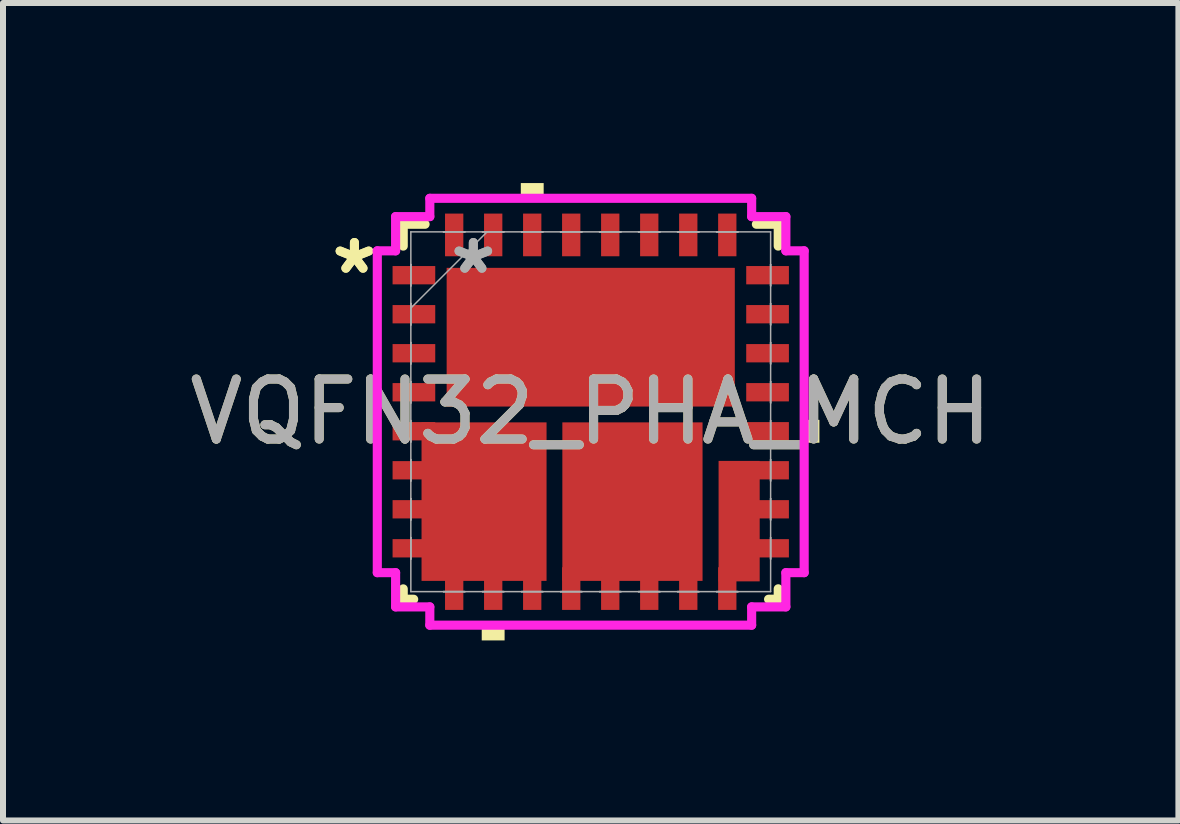
<source format=kicad_pcb>
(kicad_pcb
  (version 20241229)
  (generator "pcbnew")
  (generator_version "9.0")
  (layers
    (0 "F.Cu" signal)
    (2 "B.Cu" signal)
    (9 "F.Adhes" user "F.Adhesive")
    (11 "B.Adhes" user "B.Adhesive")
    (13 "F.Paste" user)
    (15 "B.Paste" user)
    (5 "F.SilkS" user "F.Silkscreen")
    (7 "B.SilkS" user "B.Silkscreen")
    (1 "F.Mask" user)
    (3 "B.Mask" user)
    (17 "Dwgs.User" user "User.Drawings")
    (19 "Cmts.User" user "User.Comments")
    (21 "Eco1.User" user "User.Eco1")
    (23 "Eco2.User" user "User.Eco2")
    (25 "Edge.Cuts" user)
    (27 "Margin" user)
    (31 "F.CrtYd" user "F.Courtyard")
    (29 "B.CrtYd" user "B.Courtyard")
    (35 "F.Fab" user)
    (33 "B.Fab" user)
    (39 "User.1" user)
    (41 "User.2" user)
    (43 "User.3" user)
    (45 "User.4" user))
  (footprint "VQFN32_PHA_MCH"
    (layer "F.Cu")
    (at 6.792 3.81)
    (property "Reference" "VQFN32_PHA_MCH" (at 0 0 0) (unlocked yes) (layer "F.SilkS") (effects (font (size 1 1) (thickness 0.15))))
    (attr smd)
    (fp_poly (pts (xy -2.819 0.177) (xy -0.736 0.177) (xy -0.736 2.818) (xy -2.819 2.818)) (stroke (width 0) (type solid)) (fill yes) (layer "F.Cu"))
    (fp_poly (pts (xy -0.473 0.177) (xy 1.863 0.177) (xy 1.863 2.818) (xy -0.473 2.818)) (stroke (width 0) (type solid)) (fill yes) (layer "F.Cu"))
    (fp_poly (pts (xy 2.13 0.819) (xy 2.815 0.819) (xy 2.815 2.826) (xy 2.13 2.826)) (stroke (width 0) (type solid)) (fill yes) (layer "F.Cu"))
    (fp_poly (pts (xy -2.819 0.177) (xy -0.736 0.177) (xy -0.736 2.818) (xy -2.819 2.818)) (stroke (width 0) (type solid)) (fill yes) (layer "F.Mask"))
    (fp_poly (pts (xy -0.473 0.177) (xy 1.863 0.177) (xy 1.863 2.818) (xy -0.473 2.818)) (stroke (width 0) (type solid)) (fill yes) (layer "F.Mask"))
    (fp_poly (pts (xy 2.13 0.819) (xy 2.815 0.819) (xy 2.815 2.826) (xy 2.13 2.826)) (stroke (width 0) (type solid)) (fill yes) (layer "F.Mask"))
    (fp_line (start -3.124 -3.124) (end -3.124 -2.76) (stroke (width 0.152) (type solid)) (layer "F.SilkS"))
    (fp_line (start -3.124 2.951) (end -3.124 3.124) (stroke (width 0.152) (type solid)) (layer "F.SilkS"))
    (fp_line (start -3.124 3.124) (end -2.95 3.124) (stroke (width 0.152) (type solid)) (layer "F.SilkS"))
    (fp_line (start -2.76 -3.124) (end -3.124 -3.124) (stroke (width 0.152) (type solid)) (layer "F.SilkS"))
    (fp_line (start 2.963 3.124) (end 3.124 3.124) (stroke (width 0.152) (type solid)) (layer "F.SilkS"))
    (fp_line (start 3.124 -3.124) (end 2.76 -3.124) (stroke (width 0.152) (type solid)) (layer "F.SilkS"))
    (fp_line (start 3.124 -2.76) (end 3.124 -3.124) (stroke (width 0.152) (type solid)) (layer "F.SilkS"))
    (fp_line (start 3.124 3.124) (end 3.124 2.95) (stroke (width 0.152) (type solid)) (layer "F.SilkS"))
    (fp_poly (pts (xy -1.816 3.556) (xy -1.816 3.81) (xy -1.435 3.81) (xy -1.435 3.556)) (stroke (width 0) (type solid)) (fill yes) (layer "F.SilkS"))
    (fp_poly (pts (xy -1.165 -3.556) (xy -1.165 -3.81) (xy -0.784 -3.81) (xy -0.784 -3.556)) (stroke (width 0) (type solid)) (fill yes) (layer "F.SilkS"))
    (fp_poly (pts (xy 3.81 0.135) (xy 3.81 0.516) (xy 3.556 0.516) (xy 3.556 0.135)) (stroke (width 0) (type solid)) (fill yes) (layer "F.SilkS"))
    (fp_poly (pts (xy -2.819 0.177) (xy -0.736 0.177) (xy -0.736 2.818) (xy -2.819 2.818)) (stroke (width 0) (type solid)) (fill yes) (layer "F.Paste"))
    (fp_poly (pts (xy -0.473 0.177) (xy 1.863 0.177) (xy 1.863 2.818) (xy -0.473 2.818)) (stroke (width 0) (type solid)) (fill yes) (layer "F.Paste"))
    (fp_poly (pts (xy 2.13 0.819) (xy 2.815 0.819) (xy 2.815 2.826) (xy 2.13 2.826)) (stroke (width 0) (type solid)) (fill yes) (layer "F.Paste"))
    (fp_line (start -3.556 -2.681) (end -3.251 -2.681) (stroke (width 0.152) (type solid)) (layer "F.CrtYd"))
    (fp_line (start -3.556 2.681) (end -3.556 -2.681) (stroke (width 0.152) (type solid)) (layer "F.CrtYd"))
    (fp_line (start -3.251 -3.251) (end -2.681 -3.251) (stroke (width 0.152) (type solid)) (layer "F.CrtYd"))
    (fp_line (start -3.251 -2.681) (end -3.251 -3.251) (stroke (width 0.152) (type solid)) (layer "F.CrtYd"))
    (fp_line (start -3.251 2.681) (end -3.556 2.681) (stroke (width 0.152) (type solid)) (layer "F.CrtYd"))
    (fp_line (start -3.251 3.251) (end -3.251 2.681) (stroke (width 0.152) (type solid)) (layer "F.CrtYd"))
    (fp_line (start -2.681 -3.556) (end 2.681 -3.556) (stroke (width 0.152) (type solid)) (layer "F.CrtYd"))
    (fp_line (start -2.681 -3.251) (end -2.681 -3.556) (stroke (width 0.152) (type solid)) (layer "F.CrtYd"))
    (fp_line (start -2.681 3.251) (end -3.251 3.251) (stroke (width 0.152) (type solid)) (layer "F.CrtYd"))
    (fp_line (start -2.681 3.556) (end -2.681 3.251) (stroke (width 0.152) (type solid)) (layer "F.CrtYd"))
    (fp_line (start 2.681 -3.556) (end 2.681 -3.251) (stroke (width 0.152) (type solid)) (layer "F.CrtYd"))
    (fp_line (start 2.681 -3.251) (end 3.251 -3.251) (stroke (width 0.152) (type solid)) (layer "F.CrtYd"))
    (fp_line (start 2.681 3.251) (end 2.681 3.556) (stroke (width 0.152) (type solid)) (layer "F.CrtYd"))
    (fp_line (start 2.681 3.556) (end -2.681 3.556) (stroke (width 0.152) (type solid)) (layer "F.CrtYd"))
    (fp_line (start 3.251 -3.251) (end 3.251 -2.681) (stroke (width 0.152) (type solid)) (layer "F.CrtYd"))
    (fp_line (start 3.251 -2.681) (end 3.556 -2.681) (stroke (width 0.152) (type solid)) (layer "F.CrtYd"))
    (fp_line (start 3.251 2.681) (end 3.251 3.251) (stroke (width 0.152) (type solid)) (layer "F.CrtYd"))
    (fp_line (start 3.251 3.251) (end 2.681 3.251) (stroke (width 0.152) (type solid)) (layer "F.CrtYd"))
    (fp_line (start 3.556 -2.681) (end 3.556 2.681) (stroke (width 0.152) (type solid)) (layer "F.CrtYd"))
    (fp_line (start 3.556 2.681) (end 3.251 2.681) (stroke (width 0.152) (type solid)) (layer "F.CrtYd"))
    (fp_line (start -2.997 -2.997) (end -2.997 2.997) (stroke (width 0.025) (type solid)) (layer "F.Fab"))
    (fp_line (start -2.997 -2.453) (end -2.997 -2.453) (stroke (width 0.025) (type solid)) (layer "F.Fab"))
    (fp_line (start -2.997 -2.453) (end -2.997 -2.097) (stroke (width 0.025) (type solid)) (layer "F.Fab"))
    (fp_line (start -2.997 -2.097) (end -2.997 -2.453) (stroke (width 0.025) (type solid)) (layer "F.Fab"))
    (fp_line (start -2.997 -2.097) (end -2.997 -2.097) (stroke (width 0.025) (type solid)) (layer "F.Fab"))
    (fp_line (start -2.997 -1.803) (end -2.997 -1.803) (stroke (width 0.025) (type solid)) (layer "F.Fab"))
    (fp_line (start -2.997 -1.803) (end -2.997 -1.447) (stroke (width 0.025) (type solid)) (layer "F.Fab"))
    (fp_line (start -2.997 -1.727) (end -1.727 -2.997) (stroke (width 0.025) (type solid)) (layer "F.Fab"))
    (fp_line (start -2.997 -1.447) (end -2.997 -1.803) (stroke (width 0.025) (type solid)) (layer "F.Fab"))
    (fp_line (start -2.997 -1.447) (end -2.997 -1.447) (stroke (width 0.025) (type solid)) (layer "F.Fab"))
    (fp_line (start -2.997 -1.153) (end -2.997 -1.153) (stroke (width 0.025) (type solid)) (layer "F.Fab"))
    (fp_line (start -2.997 -1.153) (end -2.997 -0.797) (stroke (width 0.025) (type solid)) (layer "F.Fab"))
    (fp_line (start -2.997 -0.797) (end -2.997 -1.153) (stroke (width 0.025) (type solid)) (layer "F.Fab"))
    (fp_line (start -2.997 -0.797) (end -2.997 -0.797) (stroke (width 0.025) (type solid)) (layer "F.Fab"))
    (fp_line (start -2.997 -0.503) (end -2.997 -0.503) (stroke (width 0.025) (type solid)) (layer "F.Fab"))
    (fp_line (start -2.997 -0.503) (end -2.997 -0.147) (stroke (width 0.025) (type solid)) (layer "F.Fab"))
    (fp_line (start -2.997 -0.147) (end -2.997 -0.503) (stroke (width 0.025) (type solid)) (layer "F.Fab"))
    (fp_line (start -2.997 -0.147) (end -2.997 -0.147) (stroke (width 0.025) (type solid)) (layer "F.Fab"))
    (fp_line (start -2.997 0.147) (end -2.997 0.147) (stroke (width 0.025) (type solid)) (layer "F.Fab"))
    (fp_line (start -2.997 0.147) (end -2.997 0.503) (stroke (width 0.025) (type solid)) (layer "F.Fab"))
    (fp_line (start -2.997 0.503) (end -2.997 0.147) (stroke (width 0.025) (type solid)) (layer "F.Fab"))
    (fp_line (start -2.997 0.503) (end -2.997 0.503) (stroke (width 0.025) (type solid)) (layer "F.Fab"))
    (fp_line (start -2.997 0.797) (end -2.997 0.797) (stroke (width 0.025) (type solid)) (layer "F.Fab"))
    (fp_line (start -2.997 0.797) (end -2.997 1.153) (stroke (width 0.025) (type solid)) (layer "F.Fab"))
    (fp_line (start -2.997 1.153) (end -2.997 0.797) (stroke (width 0.025) (type solid)) (layer "F.Fab"))
    (fp_line (start -2.997 1.153) (end -2.997 1.153) (stroke (width 0.025) (type solid)) (layer "F.Fab"))
    (fp_line (start -2.997 1.447) (end -2.997 1.447) (stroke (width 0.025) (type solid)) (layer "F.Fab"))
    (fp_line (start -2.997 1.447) (end -2.997 1.803) (stroke (width 0.025) (type solid)) (layer "F.Fab"))
    (fp_line (start -2.997 1.803) (end -2.997 1.447) (stroke (width 0.025) (type solid)) (layer "F.Fab"))
    (fp_line (start -2.997 1.803) (end -2.997 1.803) (stroke (width 0.025) (type solid)) (layer "F.Fab"))
    (fp_line (start -2.997 2.097) (end -2.997 2.097) (stroke (width 0.025) (type solid)) (layer "F.Fab"))
    (fp_line (start -2.997 2.097) (end -2.997 2.453) (stroke (width 0.025) (type solid)) (layer "F.Fab"))
    (fp_line (start -2.997 2.453) (end -2.997 2.097) (stroke (width 0.025) (type solid)) (layer "F.Fab"))
    (fp_line (start -2.997 2.453) (end -2.997 2.453) (stroke (width 0.025) (type solid)) (layer "F.Fab"))
    (fp_line (start -2.997 2.997) (end 2.997 2.997) (stroke (width 0.025) (type solid)) (layer "F.Fab"))
    (fp_line (start -2.453 -2.997) (end -2.453 -2.997) (stroke (width 0.025) (type solid)) (layer "F.Fab"))
    (fp_line (start -2.453 -2.997) (end -2.097 -2.997) (stroke (width 0.025) (type solid)) (layer "F.Fab"))
    (fp_line (start -2.453 2.997) (end -2.453 2.997) (stroke (width 0.025) (type solid)) (layer "F.Fab"))
    (fp_line (start -2.453 2.997) (end -2.097 2.997) (stroke (width 0.025) (type solid)) (layer "F.Fab"))
    (fp_line (start -2.097 -2.997) (end -2.453 -2.997) (stroke (width 0.025) (type solid)) (layer "F.Fab"))
    (fp_line (start -2.097 -2.997) (end -2.097 -2.997) (stroke (width 0.025) (type solid)) (layer "F.Fab"))
    (fp_line (start -2.097 2.997) (end -2.453 2.997) (stroke (width 0.025) (type solid)) (layer "F.Fab"))
    (fp_line (start -2.097 2.997) (end -2.097 2.997) (stroke (width 0.025) (type solid)) (layer "F.Fab"))
    (fp_line (start -1.803 -2.997) (end -1.803 -2.997) (stroke (width 0.025) (type solid)) (layer "F.Fab"))
    (fp_line (start -1.803 -2.997) (end -1.447 -2.997) (stroke (width 0.025) (type solid)) (layer "F.Fab"))
    (fp_line (start -1.803 2.997) (end -1.803 2.997) (stroke (width 0.025) (type solid)) (layer "F.Fab"))
    (fp_line (start -1.803 2.997) (end -1.447 2.997) (stroke (width 0.025) (type solid)) (layer "F.Fab"))
    (fp_line (start -1.447 -2.997) (end -1.803 -2.997) (stroke (width 0.025) (type solid)) (layer "F.Fab"))
    (fp_line (start -1.447 -2.997) (end -1.447 -2.997) (stroke (width 0.025) (type solid)) (layer "F.Fab"))
    (fp_line (start -1.447 2.997) (end -1.803 2.997) (stroke (width 0.025) (type solid)) (layer "F.Fab"))
    (fp_line (start -1.447 2.997) (end -1.447 2.997) (stroke (width 0.025) (type solid)) (layer "F.Fab"))
    (fp_line (start -1.153 -2.997) (end -1.153 -2.997) (stroke (width 0.025) (type solid)) (layer "F.Fab"))
    (fp_line (start -1.153 -2.997) (end -0.797 -2.997) (stroke (width 0.025) (type solid)) (layer "F.Fab"))
    (fp_line (start -1.153 2.997) (end -1.153 2.997) (stroke (width 0.025) (type solid)) (layer "F.Fab"))
    (fp_line (start -1.153 2.997) (end -0.797 2.997) (stroke (width 0.025) (type solid)) (layer "F.Fab"))
    (fp_line (start -0.797 -2.997) (end -1.153 -2.997) (stroke (width 0.025) (type solid)) (layer "F.Fab"))
    (fp_line (start -0.797 -2.997) (end -0.797 -2.997) (stroke (width 0.025) (type solid)) (layer "F.Fab"))
    (fp_line (start -0.797 2.997) (end -1.153 2.997) (stroke (width 0.025) (type solid)) (layer "F.Fab"))
    (fp_line (start -0.797 2.997) (end -0.797 2.997) (stroke (width 0.025) (type solid)) (layer "F.Fab"))
    (fp_line (start -0.503 -2.997) (end -0.503 -2.997) (stroke (width 0.025) (type solid)) (layer "F.Fab"))
    (fp_line (start -0.503 -2.997) (end -0.147 -2.997) (stroke (width 0.025) (type solid)) (layer "F.Fab"))
    (fp_line (start -0.503 2.997) (end -0.503 2.997) (stroke (width 0.025) (type solid)) (layer "F.Fab"))
    (fp_line (start -0.503 2.997) (end -0.147 2.997) (stroke (width 0.025) (type solid)) (layer "F.Fab"))
    (fp_line (start -0.147 -2.997) (end -0.503 -2.997) (stroke (width 0.025) (type solid)) (layer "F.Fab"))
    (fp_line (start -0.147 -2.997) (end -0.147 -2.997) (stroke (width 0.025) (type solid)) (layer "F.Fab"))
    (fp_line (start -0.147 2.997) (end -0.503 2.997) (stroke (width 0.025) (type solid)) (layer "F.Fab"))
    (fp_line (start -0.147 2.997) (end -0.147 2.997) (stroke (width 0.025) (type solid)) (layer "F.Fab"))
    (fp_line (start 0.147 -2.997) (end 0.147 -2.997) (stroke (width 0.025) (type solid)) (layer "F.Fab"))
    (fp_line (start 0.147 -2.997) (end 0.503 -2.997) (stroke (width 0.025) (type solid)) (layer "F.Fab"))
    (fp_line (start 0.147 2.997) (end 0.147 2.997) (stroke (width 0.025) (type solid)) (layer "F.Fab"))
    (fp_line (start 0.147 2.997) (end 0.503 2.997) (stroke (width 0.025) (type solid)) (layer "F.Fab"))
    (fp_line (start 0.503 -2.997) (end 0.147 -2.997) (stroke (width 0.025) (type solid)) (layer "F.Fab"))
    (fp_line (start 0.503 -2.997) (end 0.503 -2.997) (stroke (width 0.025) (type solid)) (layer "F.Fab"))
    (fp_line (start 0.503 2.997) (end 0.147 2.997) (stroke (width 0.025) (type solid)) (layer "F.Fab"))
    (fp_line (start 0.503 2.997) (end 0.503 2.997) (stroke (width 0.025) (type solid)) (layer "F.Fab"))
    (fp_line (start 0.797 -2.997) (end 0.797 -2.997) (stroke (width 0.025) (type solid)) (layer "F.Fab"))
    (fp_line (start 0.797 -2.997) (end 1.153 -2.997) (stroke (width 0.025) (type solid)) (layer "F.Fab"))
    (fp_line (start 0.797 2.997) (end 0.797 2.997) (stroke (width 0.025) (type solid)) (layer "F.Fab"))
    (fp_line (start 0.797 2.997) (end 1.153 2.997) (stroke (width 0.025) (type solid)) (layer "F.Fab"))
    (fp_line (start 1.153 -2.997) (end 0.797 -2.997) (stroke (width 0.025) (type solid)) (layer "F.Fab"))
    (fp_line (start 1.153 -2.997) (end 1.153 -2.997) (stroke (width 0.025) (type solid)) (layer "F.Fab"))
    (fp_line (start 1.153 2.997) (end 0.797 2.997) (stroke (width 0.025) (type solid)) (layer "F.Fab"))
    (fp_line (start 1.153 2.997) (end 1.153 2.997) (stroke (width 0.025) (type solid)) (layer "F.Fab"))
    (fp_line (start 1.447 -2.997) (end 1.447 -2.997) (stroke (width 0.025) (type solid)) (layer "F.Fab"))
    (fp_line (start 1.447 -2.997) (end 1.803 -2.997) (stroke (width 0.025) (type solid)) (layer "F.Fab"))
    (fp_line (start 1.447 2.997) (end 1.447 2.997) (stroke (width 0.025) (type solid)) (layer "F.Fab"))
    (fp_line (start 1.447 2.997) (end 1.803 2.997) (stroke (width 0.025) (type solid)) (layer "F.Fab"))
    (fp_line (start 1.803 -2.997) (end 1.447 -2.997) (stroke (width 0.025) (type solid)) (layer "F.Fab"))
    (fp_line (start 1.803 -2.997) (end 1.803 -2.997) (stroke (width 0.025) (type solid)) (layer "F.Fab"))
    (fp_line (start 1.803 2.997) (end 1.447 2.997) (stroke (width 0.025) (type solid)) (layer "F.Fab"))
    (fp_line (start 1.803 2.997) (end 1.803 2.997) (stroke (width 0.025) (type solid)) (layer "F.Fab"))
    (fp_line (start 2.097 -2.997) (end 2.097 -2.997) (stroke (width 0.025) (type solid)) (layer "F.Fab"))
    (fp_line (start 2.097 -2.997) (end 2.453 -2.997) (stroke (width 0.025) (type solid)) (layer "F.Fab"))
    (fp_line (start 2.097 2.997) (end 2.097 2.997) (stroke (width 0.025) (type solid)) (layer "F.Fab"))
    (fp_line (start 2.097 2.997) (end 2.453 2.997) (stroke (width 0.025) (type solid)) (layer "F.Fab"))
    (fp_line (start 2.453 -2.997) (end 2.097 -2.997) (stroke (width 0.025) (type solid)) (layer "F.Fab"))
    (fp_line (start 2.453 -2.997) (end 2.453 -2.997) (stroke (width 0.025) (type solid)) (layer "F.Fab"))
    (fp_line (start 2.453 2.997) (end 2.097 2.997) (stroke (width 0.025) (type solid)) (layer "F.Fab"))
    (fp_line (start 2.453 2.997) (end 2.453 2.997) (stroke (width 0.025) (type solid)) (layer "F.Fab"))
    (fp_line (start 2.997 -2.997) (end -2.997 -2.997) (stroke (width 0.025) (type solid)) (layer "F.Fab"))
    (fp_line (start 2.997 -2.453) (end 2.997 -2.453) (stroke (width 0.025) (type solid)) (layer "F.Fab"))
    (fp_line (start 2.997 -2.453) (end 2.997 -2.097) (stroke (width 0.025) (type solid)) (layer "F.Fab"))
    (fp_line (start 2.997 -2.097) (end 2.997 -2.453) (stroke (width 0.025) (type solid)) (layer "F.Fab"))
    (fp_line (start 2.997 -2.097) (end 2.997 -2.097) (stroke (width 0.025) (type solid)) (layer "F.Fab"))
    (fp_line (start 2.997 -1.803) (end 2.997 -1.803) (stroke (width 0.025) (type solid)) (layer "F.Fab"))
    (fp_line (start 2.997 -1.803) (end 2.997 -1.447) (stroke (width 0.025) (type solid)) (layer "F.Fab"))
    (fp_line (start 2.997 -1.447) (end 2.997 -1.803) (stroke (width 0.025) (type solid)) (layer "F.Fab"))
    (fp_line (start 2.997 -1.447) (end 2.997 -1.447) (stroke (width 0.025) (type solid)) (layer "F.Fab"))
    (fp_line (start 2.997 -1.153) (end 2.997 -1.153) (stroke (width 0.025) (type solid)) (layer "F.Fab"))
    (fp_line (start 2.997 -1.153) (end 2.997 -0.797) (stroke (width 0.025) (type solid)) (layer "F.Fab"))
    (fp_line (start 2.997 -0.797) (end 2.997 -1.153) (stroke (width 0.025) (type solid)) (layer "F.Fab"))
    (fp_line (start 2.997 -0.797) (end 2.997 -0.797) (stroke (width 0.025) (type solid)) (layer "F.Fab"))
    (fp_line (start 2.997 -0.503) (end 2.997 -0.503) (stroke (width 0.025) (type solid)) (layer "F.Fab"))
    (fp_line (start 2.997 -0.503) (end 2.997 -0.147) (stroke (width 0.025) (type solid)) (layer "F.Fab"))
    (fp_line (start 2.997 -0.147) (end 2.997 -0.503) (stroke (width 0.025) (type solid)) (layer "F.Fab"))
    (fp_line (start 2.997 -0.147) (end 2.997 -0.147) (stroke (width 0.025) (type solid)) (layer "F.Fab"))
    (fp_line (start 2.997 0.147) (end 2.997 0.147) (stroke (width 0.025) (type solid)) (layer "F.Fab"))
    (fp_line (start 2.997 0.147) (end 2.997 0.503) (stroke (width 0.025) (type solid)) (layer "F.Fab"))
    (fp_line (start 2.997 0.503) (end 2.997 0.147) (stroke (width 0.025) (type solid)) (layer "F.Fab"))
    (fp_line (start 2.997 0.503) (end 2.997 0.503) (stroke (width 0.025) (type solid)) (layer "F.Fab"))
    (fp_line (start 2.997 0.797) (end 2.997 0.797) (stroke (width 0.025) (type solid)) (layer "F.Fab"))
    (fp_line (start 2.997 0.797) (end 2.997 1.153) (stroke (width 0.025) (type solid)) (layer "F.Fab"))
    (fp_line (start 2.997 1.153) (end 2.997 0.797) (stroke (width 0.025) (type solid)) (layer "F.Fab"))
    (fp_line (start 2.997 1.153) (end 2.997 1.153) (stroke (width 0.025) (type solid)) (layer "F.Fab"))
    (fp_line (start 2.997 1.447) (end 2.997 1.447) (stroke (width 0.025) (type solid)) (layer "F.Fab"))
    (fp_line (start 2.997 1.447) (end 2.997 1.803) (stroke (width 0.025) (type solid)) (layer "F.Fab"))
    (fp_line (start 2.997 1.803) (end 2.997 1.447) (stroke (width 0.025) (type solid)) (layer "F.Fab"))
    (fp_line (start 2.997 1.803) (end 2.997 1.803) (stroke (width 0.025) (type solid)) (layer "F.Fab"))
    (fp_line (start 2.997 2.097) (end 2.997 2.097) (stroke (width 0.025) (type solid)) (layer "F.Fab"))
    (fp_line (start 2.997 2.097) (end 2.997 2.453) (stroke (width 0.025) (type solid)) (layer "F.Fab"))
    (fp_line (start 2.997 2.453) (end 2.997 2.097) (stroke (width 0.025) (type solid)) (layer "F.Fab"))
    (fp_line (start 2.997 2.453) (end 2.997 2.453) (stroke (width 0.025) (type solid)) (layer "F.Fab"))
    (fp_line (start 2.997 2.997) (end 2.997 -2.997) (stroke (width 0.025) (type solid)) (layer "F.Fab"))
    (fp_text user "*" (at -3.937 -2.275 0) (layer "F.SilkS") (effects (font (size 1 1) (thickness 0.15))))
    (fp_text user "*" (at -3.937 -2.275 0) (unlocked yes) (layer "F.SilkS") (effects (font (size 1 1) (thickness 0.15))))
    (fp_text user "*" (at -1.956 -2.275 0) (unlocked yes) (layer "F.Fab") (effects (font (size 1 1) (thickness 0.15))))
    (fp_text user "*" (at -1.956 -2.275 0) (layer "F.Fab") (effects (font (size 1 1) (thickness 0.15))))
    (fp_text user "${REFERENCE}" (at 0 0 0) (unlocked yes) (layer "F.Fab") (effects (font (size 1 1) (thickness 0.15))))
    (pad "1" smd rect (at -2.946 -2.275 90) (size 0.305 0.711) (layers "F.Cu" "F.Mask" "F.Paste"))
    (pad "2" smd rect (at -2.946 -1.625 90) (size 0.305 0.711) (layers "F.Cu" "F.Mask" "F.Paste"))
    (pad "3" smd rect (at -2.946 -0.975 90) (size 0.305 0.711) (layers "F.Cu" "F.Mask" "F.Paste"))
    (pad "4" smd rect (at -2.946 -0.325 90) (size 0.305 0.711) (layers "F.Cu" "F.Mask" "F.Paste"))
    (pad "5" smd rect (at -2.946 0.325 90) (size 0.305 0.711) (layers "F.Cu" "F.Mask" "F.Paste"))
    (pad "6" smd rect (at -2.946 0.975 90) (size 0.305 0.711) (layers "F.Cu" "F.Mask" "F.Paste"))
    (pad "7" smd rect (at -2.946 1.625 90) (size 0.305 0.711) (layers "F.Cu" "F.Mask" "F.Paste"))
    (pad "8" smd rect (at -2.946 2.275 90) (size 0.305 0.711) (layers "F.Cu" "F.Mask" "F.Paste"))
    (pad "9" smd rect (at -2.275 2.946) (size 0.305 0.711) (layers "F.Cu" "F.Mask" "F.Paste"))
    (pad "10" smd rect (at -1.625 2.946) (size 0.305 0.711) (layers "F.Cu" "F.Mask" "F.Paste"))
    (pad "11" smd rect (at -0.975 2.946) (size 0.305 0.711) (layers "F.Cu" "F.Mask" "F.Paste"))
    (pad "12" smd rect (at -0.325 2.946) (size 0.305 0.711) (layers "F.Cu" "F.Mask" "F.Paste"))
    (pad "13" smd rect (at 0.325 2.946) (size 0.305 0.711) (layers "F.Cu" "F.Mask" "F.Paste"))
    (pad "14" smd rect (at 0.975 2.946) (size 0.305 0.711) (layers "F.Cu" "F.Mask" "F.Paste"))
    (pad "15" smd rect (at 1.625 2.946) (size 0.305 0.711) (layers "F.Cu" "F.Mask" "F.Paste"))
    (pad "16" smd rect (at 2.275 2.946) (size 0.305 0.711) (layers "F.Cu" "F.Mask" "F.Paste"))
    (pad "17" smd rect (at 2.946 2.275 90) (size 0.305 0.711) (layers "F.Cu" "F.Mask" "F.Paste"))
    (pad "18" smd rect (at 2.946 1.625 90) (size 0.305 0.711) (layers "F.Cu" "F.Mask" "F.Paste"))
    (pad "19" smd rect (at 2.946 0.975 90) (size 0.305 0.711) (layers "F.Cu" "F.Mask" "F.Paste"))
    (pad "20" smd rect (at 2.946 0.325 90) (size 0.305 0.711) (layers "F.Cu" "F.Mask" "F.Paste"))
    (pad "21" smd rect (at 2.946 -0.325 90) (size 0.305 0.711) (layers "F.Cu" "F.Mask" "F.Paste"))
    (pad "22" smd rect (at 2.946 -0.975 90) (size 0.305 0.711) (layers "F.Cu" "F.Mask" "F.Paste"))
    (pad "23" smd rect (at 2.946 -1.625 90) (size 0.305 0.711) (layers "F.Cu" "F.Mask" "F.Paste"))
    (pad "24" smd rect (at 2.946 -2.275 90) (size 0.305 0.711) (layers "F.Cu" "F.Mask" "F.Paste"))
    (pad "25" smd rect (at 2.275 -2.946) (size 0.305 0.711) (layers "F.Cu" "F.Mask" "F.Paste"))
    (pad "26" smd rect (at 1.625 -2.946) (size 0.305 0.711) (layers "F.Cu" "F.Mask" "F.Paste"))
    (pad "27" smd rect (at 0.975 -2.946) (size 0.305 0.711) (layers "F.Cu" "F.Mask" "F.Paste"))
    (pad "28" smd rect (at 0.325 -2.946) (size 0.305 0.711) (layers "F.Cu" "F.Mask" "F.Paste"))
    (pad "29" smd rect (at -0.325 -2.946) (size 0.305 0.711) (layers "F.Cu" "F.Mask" "F.Paste"))
    (pad "30" smd rect (at -0.975 -2.946) (size 0.305 0.711) (layers "F.Cu" "F.Mask" "F.Paste"))
    (pad "31" smd rect (at -1.625 -2.946) (size 0.305 0.711) (layers "F.Cu" "F.Mask" "F.Paste"))
    (pad "32" smd rect (at -2.275 -2.946) (size 0.305 0.711) (layers "F.Cu" "F.Mask" "F.Paste"))
    (pad "33" smd rect (at 0 -1.242) (size 4.801 2.311) (layers "F.Cu" "F.Mask" "F.Paste")))
  (gr_rect
    (start -3 -3)
    (end 16.583 10.62)
    (stroke (width 0.1) (type default))
    (fill no)
    (layer "Edge.Cuts")))
</source>
